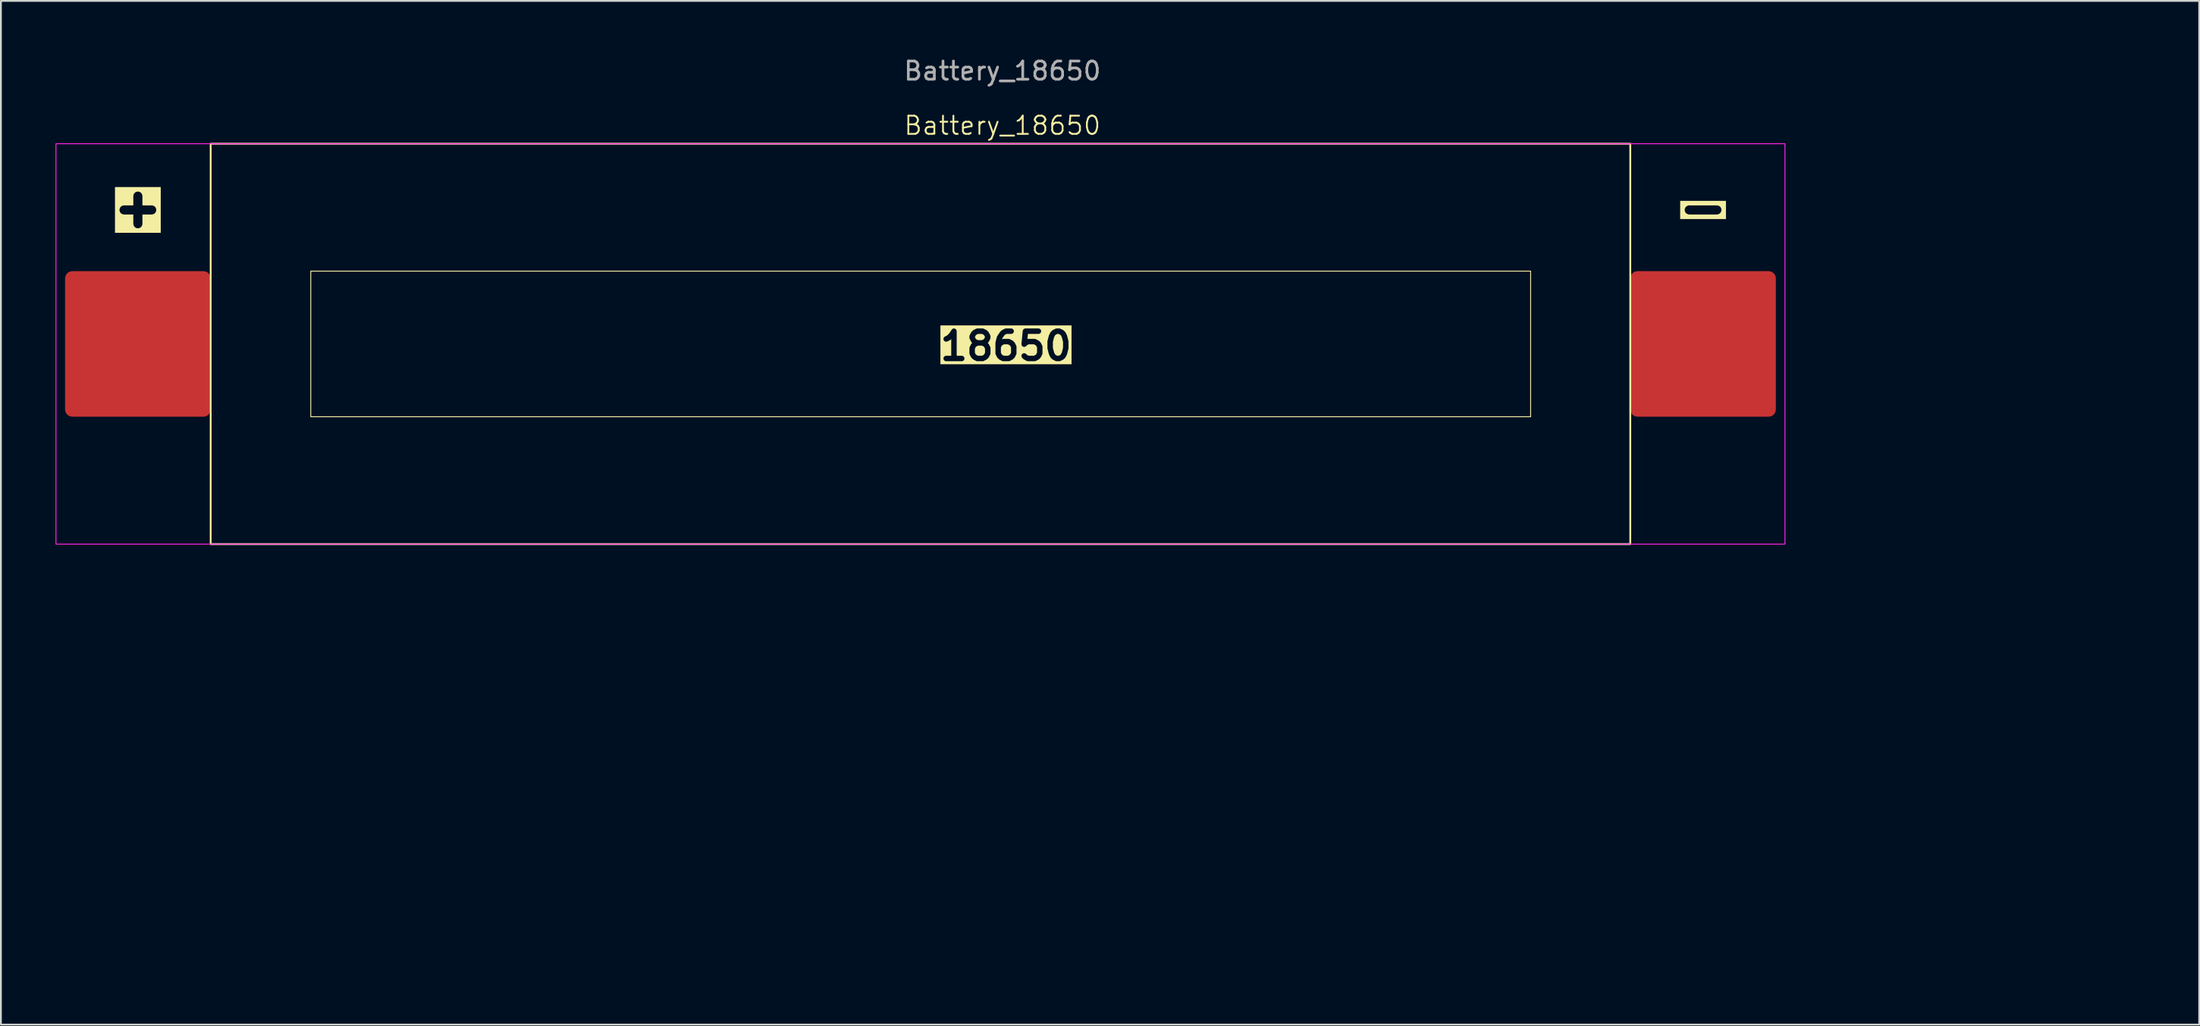
<source format=kicad_pcb>
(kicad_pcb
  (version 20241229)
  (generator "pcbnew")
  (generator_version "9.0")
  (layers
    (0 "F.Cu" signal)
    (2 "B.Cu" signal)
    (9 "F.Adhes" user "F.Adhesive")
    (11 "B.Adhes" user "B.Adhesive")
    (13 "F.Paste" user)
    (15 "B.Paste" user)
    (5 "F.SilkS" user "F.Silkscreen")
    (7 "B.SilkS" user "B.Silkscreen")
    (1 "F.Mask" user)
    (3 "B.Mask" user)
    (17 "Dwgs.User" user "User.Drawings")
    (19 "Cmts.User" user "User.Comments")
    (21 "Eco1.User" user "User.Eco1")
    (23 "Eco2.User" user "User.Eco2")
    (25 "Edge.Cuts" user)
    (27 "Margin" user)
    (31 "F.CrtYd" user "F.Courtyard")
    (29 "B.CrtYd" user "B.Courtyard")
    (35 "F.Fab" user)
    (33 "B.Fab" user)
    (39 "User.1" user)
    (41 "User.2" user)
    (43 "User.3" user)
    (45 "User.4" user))
  (footprint "Battery_18650"
    (layer "F.Cu")
    (at 52.025 15.848)
    (property "Reference" "Battery_18650" (at 0 -12 0) (unlocked yes) (layer "F.SilkS") (effects (font (size 1 1) (thickness 0.1))))
    (attr smd)
    (fp_rect (start -43.5 -11) (end 34.5 11) (stroke (width 0.1) (type default)) (fill no) (layer "F.SilkS"))
    (fp_rect (start -38 -4) (end 29.025 4) (stroke (width 0.05) (type default)) (fill no) (layer "F.SilkS"))
    (fp_rect (start -52 -11) (end 43 11) (stroke (width 0.05) (type default)) (fill no) (layer "F.CrtYd"))
    (fp_text user "          18650          " (at -15 1 0) (unlocked yes) (layer "F.SilkS" knockout) (effects (font (size 1.5 1.5) (thickness 0.3) (bold yes)) (justify left bottom)))
    (fp_text user "+" (at -47.5 -7.5 0) (unlocked yes) (layer "F.SilkS" knockout) (effects (font (size 2 2) (thickness 0.5) (bold yes))))
    (fp_text user "-" (at 38.5 -7.5 0) (unlocked yes) (layer "F.SilkS" knockout) (effects (font (size 2 2) (thickness 0.5) (bold yes))))
    (fp_text user "${REFERENCE}" (at 0 -15 0) (unlocked yes) (layer "F.Fab") (effects (font (size 1 1) (thickness 0.15))))
    (dimension (type aligned) (layer "User.1") (pts (xy 96.025 4.848) (xy 96.025 26.848)) (height -15) (format (prefix "") (suffix "") (units 3) (units_format 1) (precision 4)) (style (thickness 0.01) (arrow_length 1.27) (text_position_mode 0) (arrow_direction outward) (extension_height 0.586) (extension_offset 0.5) (keep_text_aligned yes)) (gr_text "22.0000 mm" (at 109.925 15.848 90) (layer "User.1") (effects (font (size 1 1) (thickness 0.1)))))
    (dimension (type aligned) (layer "User.1") (pts (xy 8.525 26.848) (xy 86.525 26.848)) (height 22.809) (format (prefix "") (suffix "") (units 3) (units_format 1) (precision 4)) (style (thickness 0.01) (arrow_length 1.27) (text_position_mode 0) (arrow_direction outward) (extension_height 0.586) (extension_offset 0.5) (keep_text_aligned yes)) (gr_text "78.0000 mm" (at 47.525 48.557 0) (layer "User.1") (effects (font (size 1 1) (thickness 0.1)))))
    (pad "1" smd roundrect (at -47.5 0) (size 8 8) (layers "F.Cu" "F.Mask" "F.Paste") (roundrect_rratio 0.05))
    (pad "2" smd roundrect (at 38.5 0) (size 8 8) (layers "F.Cu" "F.Mask" "F.Paste") (roundrect_rratio 0.05)))
  (gr_rect
    (start -3 -3)
    (end 117.785 53.249)
    (stroke (width 0.1) (type default))
    (fill no)
    (layer "Edge.Cuts")))
</source>
